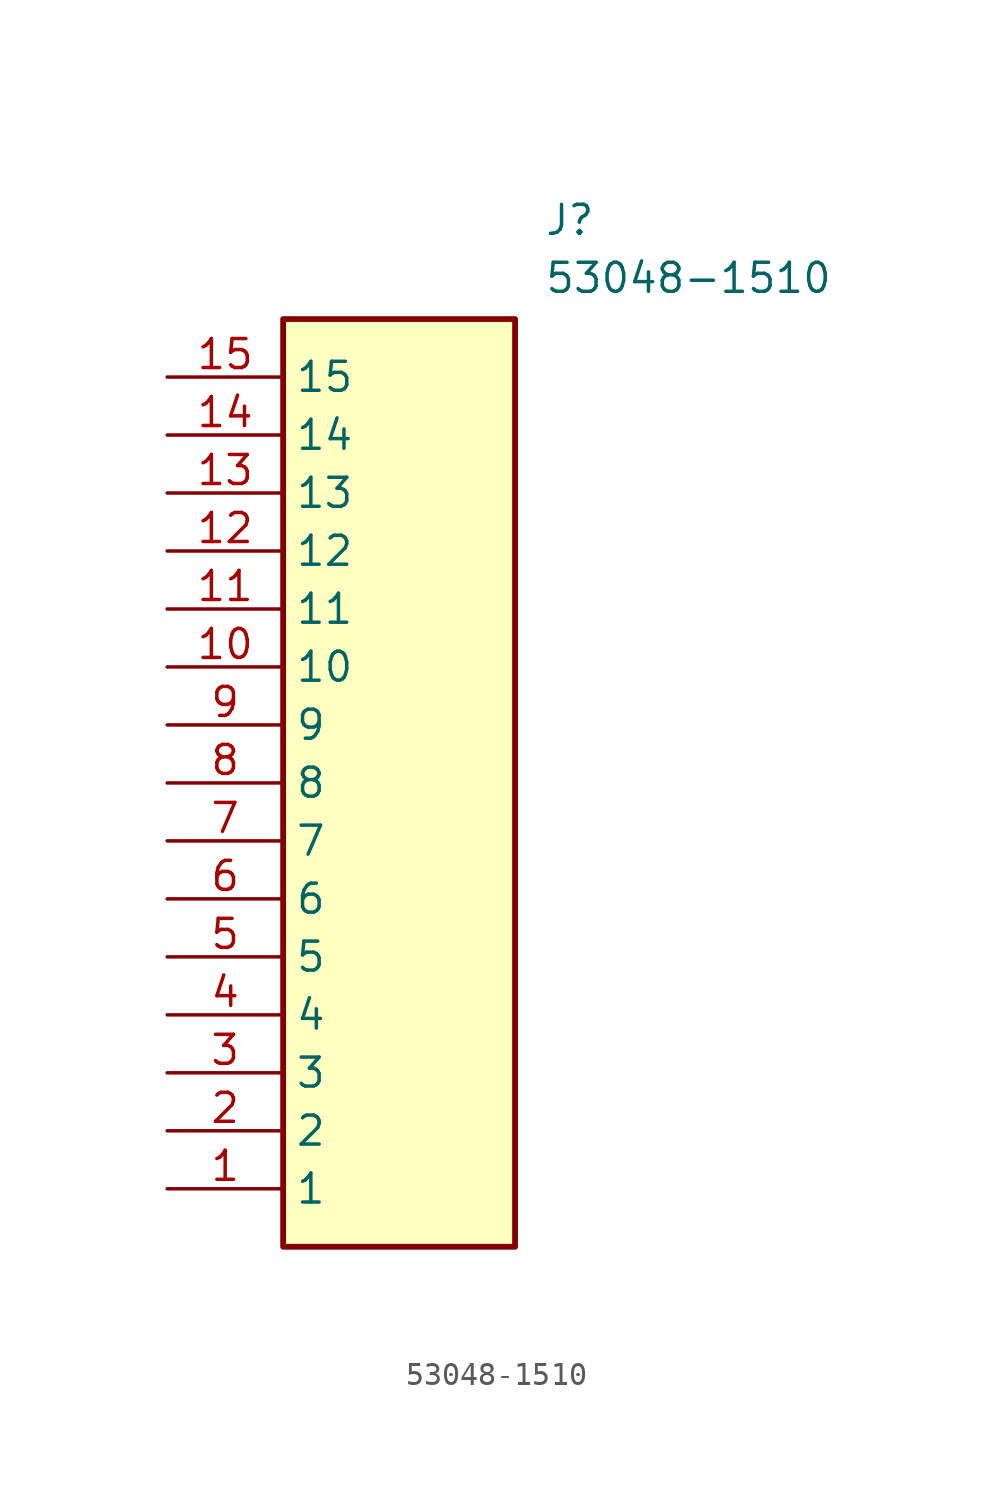
<source format=kicad_sym>
(kicad_symbol_lib
  (version 20211014)
  (generator SamacSys_ECAD_Model)
  (symbol "53048-1510"
    (property "Reference" "J"
      (at 16.51 7.62 0)
      (effects (font (size 1.27 1.27)) (justify left top)))
    (property "Value" "53048-1510"
      (at 16.51 5.08 0)
      (effects (font (size 1.27 1.27)) (justify left top)))
    (rectangle
      (start 5.08 2.54)
      (end 15.24 -38.1)
      (stroke (width 0.254) (type default))
      (fill (type background)))
    (pin passive line
      (at 0 -35.56 0)
      (length 5.08)
      (name "1" (effects (font (size 1.27 1.27))))
      (number "1" (effects (font (size 1.27 1.27)))))
    (pin passive line
      (at 0 -33.02 0)
      (length 5.08)
      (name "2" (effects (font (size 1.27 1.27))))
      (number "2" (effects (font (size 1.27 1.27)))))
    (pin passive line
      (at 0 -30.48 0)
      (length 5.08)
      (name "3" (effects (font (size 1.27 1.27))))
      (number "3" (effects (font (size 1.27 1.27)))))
    (pin passive line
      (at 0 -27.94 0)
      (length 5.08)
      (name "4" (effects (font (size 1.27 1.27))))
      (number "4" (effects (font (size 1.27 1.27)))))
    (pin passive line
      (at 0 -25.4 0)
      (length 5.08)
      (name "5" (effects (font (size 1.27 1.27))))
      (number "5" (effects (font (size 1.27 1.27)))))
    (pin passive line
      (at 0 -22.86 0)
      (length 5.08)
      (name "6" (effects (font (size 1.27 1.27))))
      (number "6" (effects (font (size 1.27 1.27)))))
    (pin passive line
      (at 0 -20.32 0)
      (length 5.08)
      (name "7" (effects (font (size 1.27 1.27))))
      (number "7" (effects (font (size 1.27 1.27)))))
    (pin passive line
      (at 0 -17.78 0)
      (length 5.08)
      (name "8" (effects (font (size 1.27 1.27))))
      (number "8" (effects (font (size 1.27 1.27)))))
    (pin passive line
      (at 0 -15.24 0)
      (length 5.08)
      (name "9" (effects (font (size 1.27 1.27))))
      (number "9" (effects (font (size 1.27 1.27)))))
    (pin passive line
      (at 0 -12.7 0)
      (length 5.08)
      (name "10" (effects (font (size 1.27 1.27))))
      (number "10" (effects (font (size 1.27 1.27)))))
    (pin passive line
      (at 0 -10.16 0)
      (length 5.08)
      (name "11" (effects (font (size 1.27 1.27))))
      (number "11" (effects (font (size 1.27 1.27)))))
    (pin passive line
      (at 0 -7.62 0)
      (length 5.08)
      (name "12" (effects (font (size 1.27 1.27))))
      (number "12" (effects (font (size 1.27 1.27)))))
    (pin passive line
      (at 0 -5.08 0)
      (length 5.08)
      (name "13" (effects (font (size 1.27 1.27))))
      (number "13" (effects (font (size 1.27 1.27)))))
    (pin passive line
      (at 0 -2.54 0)
      (length 5.08)
      (name "14" (effects (font (size 1.27 1.27))))
      (number "14" (effects (font (size 1.27 1.27)))))
    (pin passive line
      (at 0 0 0)
      (length 5.08)
      (name "15" (effects (font (size 1.27 1.27))))
      (number "15" (effects (font (size 1.27 1.27)))))))
</source>
